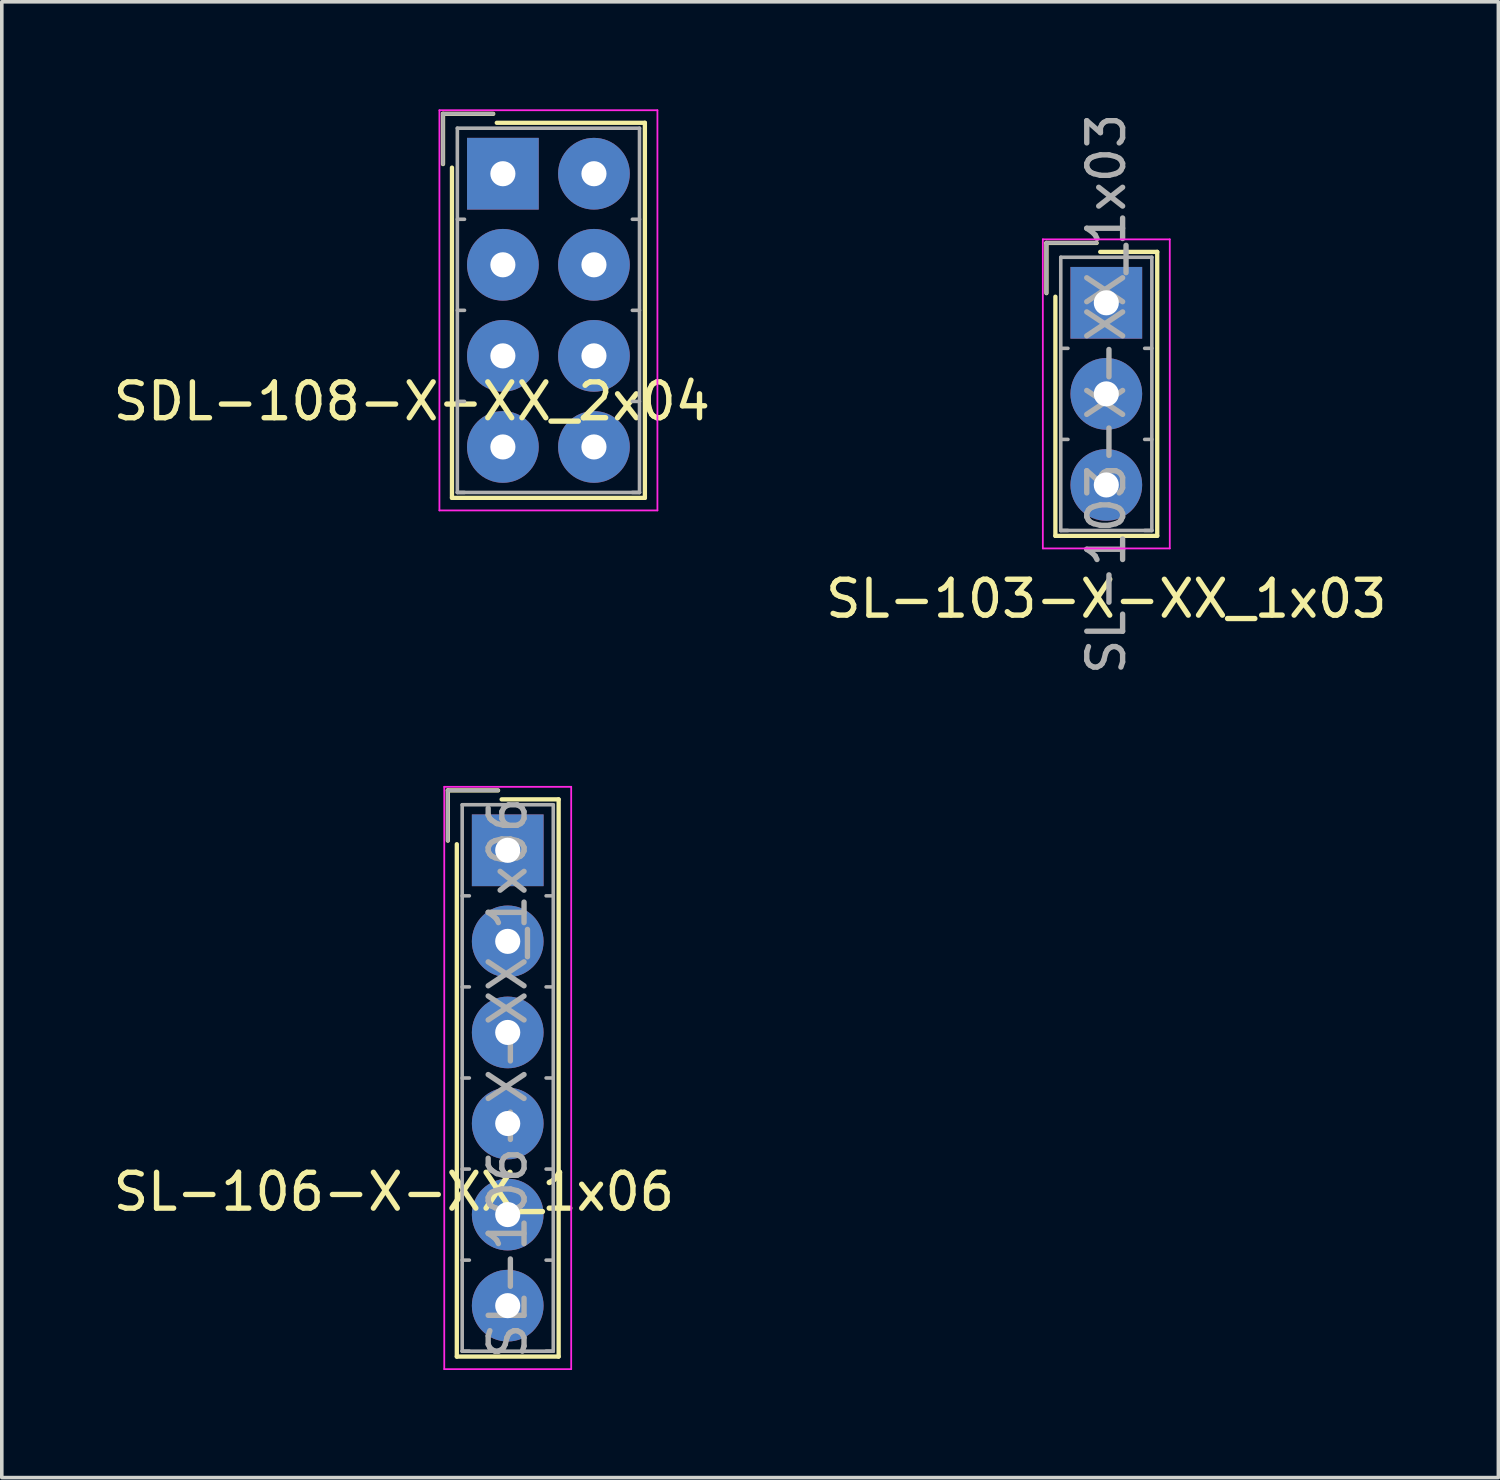
<source format=kicad_pcb>
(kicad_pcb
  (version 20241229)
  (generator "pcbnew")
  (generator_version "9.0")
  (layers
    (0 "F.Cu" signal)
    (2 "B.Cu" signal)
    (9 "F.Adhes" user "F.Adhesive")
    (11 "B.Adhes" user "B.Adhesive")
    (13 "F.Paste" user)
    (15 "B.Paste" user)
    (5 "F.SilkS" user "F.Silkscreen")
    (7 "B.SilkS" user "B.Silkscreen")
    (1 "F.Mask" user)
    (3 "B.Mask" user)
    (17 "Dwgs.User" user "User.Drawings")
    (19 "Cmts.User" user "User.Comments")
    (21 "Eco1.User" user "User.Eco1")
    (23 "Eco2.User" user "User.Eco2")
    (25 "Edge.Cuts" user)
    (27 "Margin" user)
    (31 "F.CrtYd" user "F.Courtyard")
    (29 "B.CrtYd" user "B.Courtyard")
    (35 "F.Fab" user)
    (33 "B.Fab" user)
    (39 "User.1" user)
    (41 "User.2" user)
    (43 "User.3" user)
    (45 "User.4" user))
  (footprint "SDL-108-X-XX_2x04"
    (layer "F.Cu")
    (at 10.975 1.795)
    (property "Reference" "SDL-108-X-XX_2x04" (at -2.54 6.35 0) (layer "F.SilkS") (effects (font (size 1 1) (thickness 0.15))))
    (attr through_hole)
    (fp_line (start -1.67 -1.67) (end -1.67 -0.27) (stroke (width 0.12) (type solid)) (layer "F.SilkS"))
    (fp_line (start -1.42 9.04) (end -1.42 -0.17) (stroke (width 0.12) (type solid)) (layer "F.SilkS"))
    (fp_line (start -0.27 -1.67) (end -1.67 -1.67) (stroke (width 0.12) (type solid)) (layer "F.SilkS"))
    (fp_line (start -0.17 -1.42) (end 3.96 -1.42) (stroke (width 0.12) (type solid)) (layer "F.SilkS"))
    (fp_line (start 3.96 -1.42) (end 3.96 9.04) (stroke (width 0.12) (type solid)) (layer "F.SilkS"))
    (fp_line (start 3.96 9.04) (end -1.42 9.04) (stroke (width 0.12) (type solid)) (layer "F.SilkS"))
    (fp_line (start -1.77 -1.77) (end -1.77 9.39) (stroke (width 0.05) (type solid)) (layer "F.CrtYd"))
    (fp_line (start -1.77 9.39) (end 4.31 9.39) (stroke (width 0.05) (type solid)) (layer "F.CrtYd"))
    (fp_line (start 4.31 -1.77) (end -1.77 -1.77) (stroke (width 0.05) (type solid)) (layer "F.CrtYd"))
    (fp_line (start 4.31 9.39) (end 4.31 -1.77) (stroke (width 0.05) (type solid)) (layer "F.CrtYd"))
    (fp_line (start -1.67 -1.67) (end -1.67 -0.27) (stroke (width 0.1) (type solid)) (layer "F.Fab"))
    (fp_line (start -1.27 -1.27) (end -1.27 8.89) (stroke (width 0.1) (type solid)) (layer "F.Fab"))
    (fp_line (start -1.27 1.27) (end -1.07 1.27) (stroke (width 0.1) (type solid)) (layer "F.Fab"))
    (fp_line (start -1.27 3.81) (end -1.07 3.81) (stroke (width 0.1) (type solid)) (layer "F.Fab"))
    (fp_line (start -1.27 6.35) (end -1.07 6.35) (stroke (width 0.1) (type solid)) (layer "F.Fab"))
    (fp_line (start -1.27 8.89) (end -1.07 8.89) (stroke (width 0.1) (type solid)) (layer "F.Fab"))
    (fp_line (start -1.27 8.89) (end 3.81 8.89) (stroke (width 0.1) (type solid)) (layer "F.Fab"))
    (fp_line (start -0.27 -1.67) (end -1.67 -1.67) (stroke (width 0.1) (type solid)) (layer "F.Fab"))
    (fp_line (start 3.81 -1.27) (end -1.27 -1.27) (stroke (width 0.1) (type solid)) (layer "F.Fab"))
    (fp_line (start 3.81 1.27) (end 3.61 1.27) (stroke (width 0.1) (type solid)) (layer "F.Fab"))
    (fp_line (start 3.81 3.81) (end 3.61 3.81) (stroke (width 0.1) (type solid)) (layer "F.Fab"))
    (fp_line (start 3.81 6.35) (end 3.61 6.35) (stroke (width 0.1) (type solid)) (layer "F.Fab"))
    (fp_line (start 3.81 8.89) (end 3.61 8.89) (stroke (width 0.1) (type solid)) (layer "F.Fab"))
    (fp_line (start 3.81 8.89) (end 3.81 -1.27) (stroke (width 0.1) (type solid)) (layer "F.Fab"))
    (pad "1" thru_hole rect (at 0 0) (size 2 2) (drill 0.7) (layers "*.Cu" "*.Mask"))
    (pad "2" thru_hole circle (at 2.54 0) (size 2 2) (drill 0.7) (layers "*.Cu" "*.Mask"))
    (pad "3" thru_hole circle (at 0 2.54) (size 2 2) (drill 0.7) (layers "*.Cu" "*.Mask"))
    (pad "4" thru_hole circle (at 2.54 2.54) (size 2 2) (drill 0.7) (layers "*.Cu" "*.Mask"))
    (pad "5" thru_hole circle (at 0 5.08) (size 2 2) (drill 0.7) (layers "*.Cu" "*.Mask"))
    (pad "6" thru_hole circle (at 2.54 5.08) (size 2 2) (drill 0.7) (layers "*.Cu" "*.Mask"))
    (pad "7" thru_hole circle (at 0 7.62) (size 2 2) (drill 0.7) (layers "*.Cu" "*.Mask"))
    (pad "8" thru_hole circle (at 2.54 7.62) (size 2 2) (drill 0.7) (layers "*.Cu" "*.Mask")))
  (footprint "SL-106-X-XX_1x06"
    (layer "F.Cu")
    (at 11.11 20.664)
    (property "Reference" "SL-106-X-XX_1x06" (at -3.175 9.525 0) (layer "F.SilkS") (effects (font (size 1 1) (thickness 0.15))))
    (attr through_hole)
    (fp_line (start -1.67 -1.67) (end -1.67 -0.27) (stroke (width 0.12) (type solid)) (layer "F.SilkS"))
    (fp_line (start -1.42 14.12) (end -1.42 -0.17) (stroke (width 0.12) (type solid)) (layer "F.SilkS"))
    (fp_line (start -0.27 -1.67) (end -1.67 -1.67) (stroke (width 0.12) (type solid)) (layer "F.SilkS"))
    (fp_line (start -0.17 -1.42) (end 1.42 -1.42) (stroke (width 0.12) (type solid)) (layer "F.SilkS"))
    (fp_line (start 1.42 -1.42) (end 1.42 14.12) (stroke (width 0.12) (type solid)) (layer "F.SilkS"))
    (fp_line (start 1.42 14.12) (end -1.42 14.12) (stroke (width 0.12) (type solid)) (layer "F.SilkS"))
    (fp_line (start -1.77 -1.77) (end -1.77 14.47) (stroke (width 0.05) (type solid)) (layer "F.CrtYd"))
    (fp_line (start -1.77 14.47) (end 1.77 14.47) (stroke (width 0.05) (type solid)) (layer "F.CrtYd"))
    (fp_line (start 1.77 -1.77) (end -1.77 -1.77) (stroke (width 0.05) (type solid)) (layer "F.CrtYd"))
    (fp_line (start 1.77 14.47) (end 1.77 -1.77) (stroke (width 0.05) (type solid)) (layer "F.CrtYd"))
    (fp_line (start -1.67 -1.67) (end -1.67 -0.27) (stroke (width 0.1) (type solid)) (layer "F.Fab"))
    (fp_line (start -1.27 -1.27) (end -1.27 13.97) (stroke (width 0.1) (type solid)) (layer "F.Fab"))
    (fp_line (start -1.27 1.27) (end -1.07 1.27) (stroke (width 0.1) (type solid)) (layer "F.Fab"))
    (fp_line (start -1.27 3.81) (end -1.07 3.81) (stroke (width 0.1) (type solid)) (layer "F.Fab"))
    (fp_line (start -1.27 6.35) (end -1.07 6.35) (stroke (width 0.1) (type solid)) (layer "F.Fab"))
    (fp_line (start -1.27 8.89) (end -1.07 8.89) (stroke (width 0.1) (type solid)) (layer "F.Fab"))
    (fp_line (start -1.27 11.43) (end -1.07 11.43) (stroke (width 0.1) (type solid)) (layer "F.Fab"))
    (fp_line (start -1.27 13.97) (end -1.07 13.97) (stroke (width 0.1) (type solid)) (layer "F.Fab"))
    (fp_line (start -1.27 13.97) (end 1.27 13.97) (stroke (width 0.1) (type solid)) (layer "F.Fab"))
    (fp_line (start -0.27 -1.67) (end -1.67 -1.67) (stroke (width 0.1) (type solid)) (layer "F.Fab"))
    (fp_line (start 1.27 -1.27) (end -1.27 -1.27) (stroke (width 0.1) (type solid)) (layer "F.Fab"))
    (fp_line (start 1.27 1.27) (end 1.07 1.27) (stroke (width 0.1) (type solid)) (layer "F.Fab"))
    (fp_line (start 1.27 3.81) (end 1.07 3.81) (stroke (width 0.1) (type solid)) (layer "F.Fab"))
    (fp_line (start 1.27 6.35) (end 1.07 6.35) (stroke (width 0.1) (type solid)) (layer "F.Fab"))
    (fp_line (start 1.27 8.89) (end 1.07 8.89) (stroke (width 0.1) (type solid)) (layer "F.Fab"))
    (fp_line (start 1.27 11.43) (end 1.07 11.43) (stroke (width 0.1) (type solid)) (layer "F.Fab"))
    (fp_line (start 1.27 13.97) (end 1.07 13.97) (stroke (width 0.1) (type solid)) (layer "F.Fab"))
    (fp_line (start 1.27 13.97) (end 1.27 -1.27) (stroke (width 0.1) (type solid)) (layer "F.Fab"))
    (fp_text user "${REFERENCE}" (at 0 6.35 270) (layer "F.Fab") (effects (font (size 1 1) (thickness 0.15))))
    (pad "1" thru_hole rect (at 0 0) (size 2 2) (drill 0.7) (layers "*.Cu" "*.Mask"))
    (pad "2" thru_hole circle (at 0 2.54) (size 2 2) (drill 0.7) (layers "*.Cu" "*.Mask"))
    (pad "3" thru_hole circle (at 0 5.08) (size 2 2) (drill 0.7) (layers "*.Cu" "*.Mask"))
    (pad "4" thru_hole circle (at 0 7.62) (size 2 2) (drill 0.7) (layers "*.Cu" "*.Mask"))
    (pad "5" thru_hole circle (at 0 10.16) (size 2 2) (drill 0.7) (layers "*.Cu" "*.Mask"))
    (pad "6" thru_hole circle (at 0 12.7) (size 2 2) (drill 0.7) (layers "*.Cu" "*.Mask")))
  (footprint "SL-103-X-XX_1x03"
    (layer "F.Cu")
    (at 27.804 5.395)
    (property "Reference" "SL-103-X-XX_1x03" (at 0 8.255 0) (layer "F.SilkS") (effects (font (size 1 1) (thickness 0.15))))
    (attr through_hole)
    (fp_line (start -1.67 -1.67) (end -1.67 -0.27) (stroke (width 0.12) (type solid)) (layer "F.SilkS"))
    (fp_line (start -1.42 6.5) (end -1.42 -0.17) (stroke (width 0.12) (type solid)) (layer "F.SilkS"))
    (fp_line (start -0.27 -1.67) (end -1.67 -1.67) (stroke (width 0.12) (type solid)) (layer "F.SilkS"))
    (fp_line (start -0.17 -1.42) (end 1.42 -1.42) (stroke (width 0.12) (type solid)) (layer "F.SilkS"))
    (fp_line (start 1.42 -1.42) (end 1.42 6.5) (stroke (width 0.12) (type solid)) (layer "F.SilkS"))
    (fp_line (start 1.42 6.5) (end -1.42 6.5) (stroke (width 0.12) (type solid)) (layer "F.SilkS"))
    (fp_line (start -1.77 -1.77) (end -1.77 6.85) (stroke (width 0.05) (type solid)) (layer "F.CrtYd"))
    (fp_line (start -1.77 6.85) (end 1.77 6.85) (stroke (width 0.05) (type solid)) (layer "F.CrtYd"))
    (fp_line (start 1.77 -1.77) (end -1.77 -1.77) (stroke (width 0.05) (type solid)) (layer "F.CrtYd"))
    (fp_line (start 1.77 6.85) (end 1.77 -1.77) (stroke (width 0.05) (type solid)) (layer "F.CrtYd"))
    (fp_line (start -1.67 -1.67) (end -1.67 -0.27) (stroke (width 0.1) (type solid)) (layer "F.Fab"))
    (fp_line (start -1.27 -1.27) (end -1.27 6.35) (stroke (width 0.1) (type solid)) (layer "F.Fab"))
    (fp_line (start -1.27 1.27) (end -1.07 1.27) (stroke (width 0.1) (type solid)) (layer "F.Fab"))
    (fp_line (start -1.27 3.81) (end -1.07 3.81) (stroke (width 0.1) (type solid)) (layer "F.Fab"))
    (fp_line (start -1.27 6.35) (end -1.07 6.35) (stroke (width 0.1) (type solid)) (layer "F.Fab"))
    (fp_line (start -1.27 6.35) (end 1.27 6.35) (stroke (width 0.1) (type solid)) (layer "F.Fab"))
    (fp_line (start -0.27 -1.67) (end -1.67 -1.67) (stroke (width 0.1) (type solid)) (layer "F.Fab"))
    (fp_line (start 1.27 -1.27) (end -1.27 -1.27) (stroke (width 0.1) (type solid)) (layer "F.Fab"))
    (fp_line (start 1.27 1.27) (end 1.07 1.27) (stroke (width 0.1) (type solid)) (layer "F.Fab"))
    (fp_line (start 1.27 3.81) (end 1.07 3.81) (stroke (width 0.1) (type solid)) (layer "F.Fab"))
    (fp_line (start 1.27 6.35) (end 1.07 6.35) (stroke (width 0.1) (type solid)) (layer "F.Fab"))
    (fp_line (start 1.27 6.35) (end 1.27 -1.27) (stroke (width 0.1) (type solid)) (layer "F.Fab"))
    (fp_text user "${REFERENCE}" (at 0 2.54 270) (layer "F.Fab") (effects (font (size 1 1) (thickness 0.15))))
    (pad "1" thru_hole rect (at 0 0) (size 2 2) (drill 0.7) (layers "*.Cu" "*.Mask"))
    (pad "2" thru_hole circle (at 0 2.54) (size 2 2) (drill 0.7) (layers "*.Cu" "*.Mask"))
    (pad "3" thru_hole circle (at 0 5.08) (size 2 2) (drill 0.7) (layers "*.Cu" "*.Mask")))
  (gr_rect
    (start -3 -3)
    (end 38.738 38.159)
    (stroke (width 0.1) (type default))
    (fill no)
    (layer "Edge.Cuts")))
</source>
